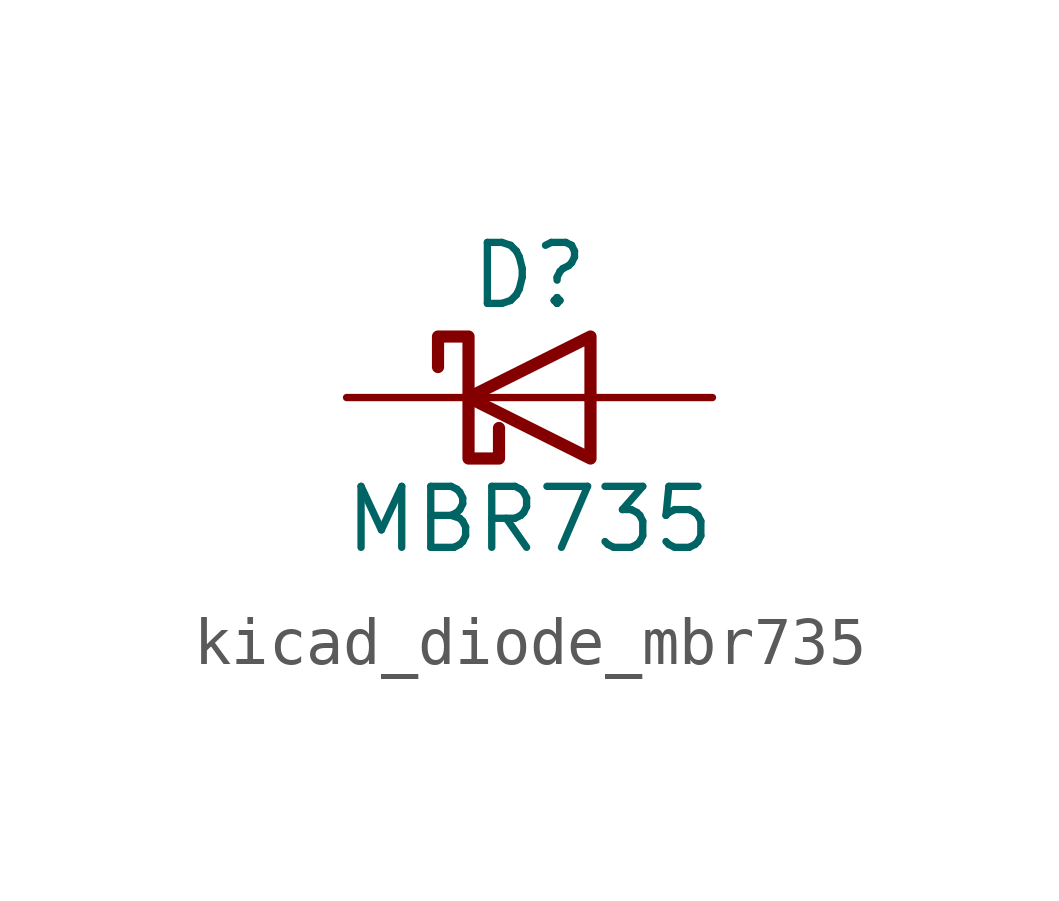
<source format=kicad_sym>
(kicad_symbol_lib
  (version 20220914)
  (generator kicad_symbol_editor)
  (symbol "kicad_diode_mbr735"
    (pin_numbers hide)
    (pin_names
      (offset 1.016) hide)
    (property "Reference" "D"
      (at 0 2.54 0)
      (effects (font (size 1.27 1.27))))
    (property "Value" "MBR735"
      (at 0 -2.54 0)
      (effects (font (size 1.27 1.27))))
    (symbol "kicad_diode_mbr735_0_1"
      (polyline (pts (xy 1.27 0) (xy -1.27 0)) (stroke (width 0) (type default)) (fill (type none)))
      (polyline (pts (xy 1.27 1.27) (xy 1.27 -1.27) (xy -1.27 0) (xy 1.27 1.27)) (stroke (width 0.254) (type default)) (fill (type none)))
      (polyline (pts (xy -1.905 0.635) (xy -1.905 1.27) (xy -1.27 1.27) (xy -1.27 -1.27) (xy -0.635 -1.27) (xy -0.635 -0.635)) (stroke (width 0.254) (type default)) (fill (type none))))
    (symbol "kicad_diode_mbr735_1_1"
      (pin passive line (at -3.81 0 0) (length 2.54) (name "K" (effects (font (size 1.27 1.27)))) (number "1" (effects (font (size 1.27 1.27)))))
      (pin passive line (at 3.81 0 180) (length 2.54) (name "A" (effects (font (size 1.27 1.27)))) (number "2" (effects (font (size 1.27 1.27))))))))
</source>
